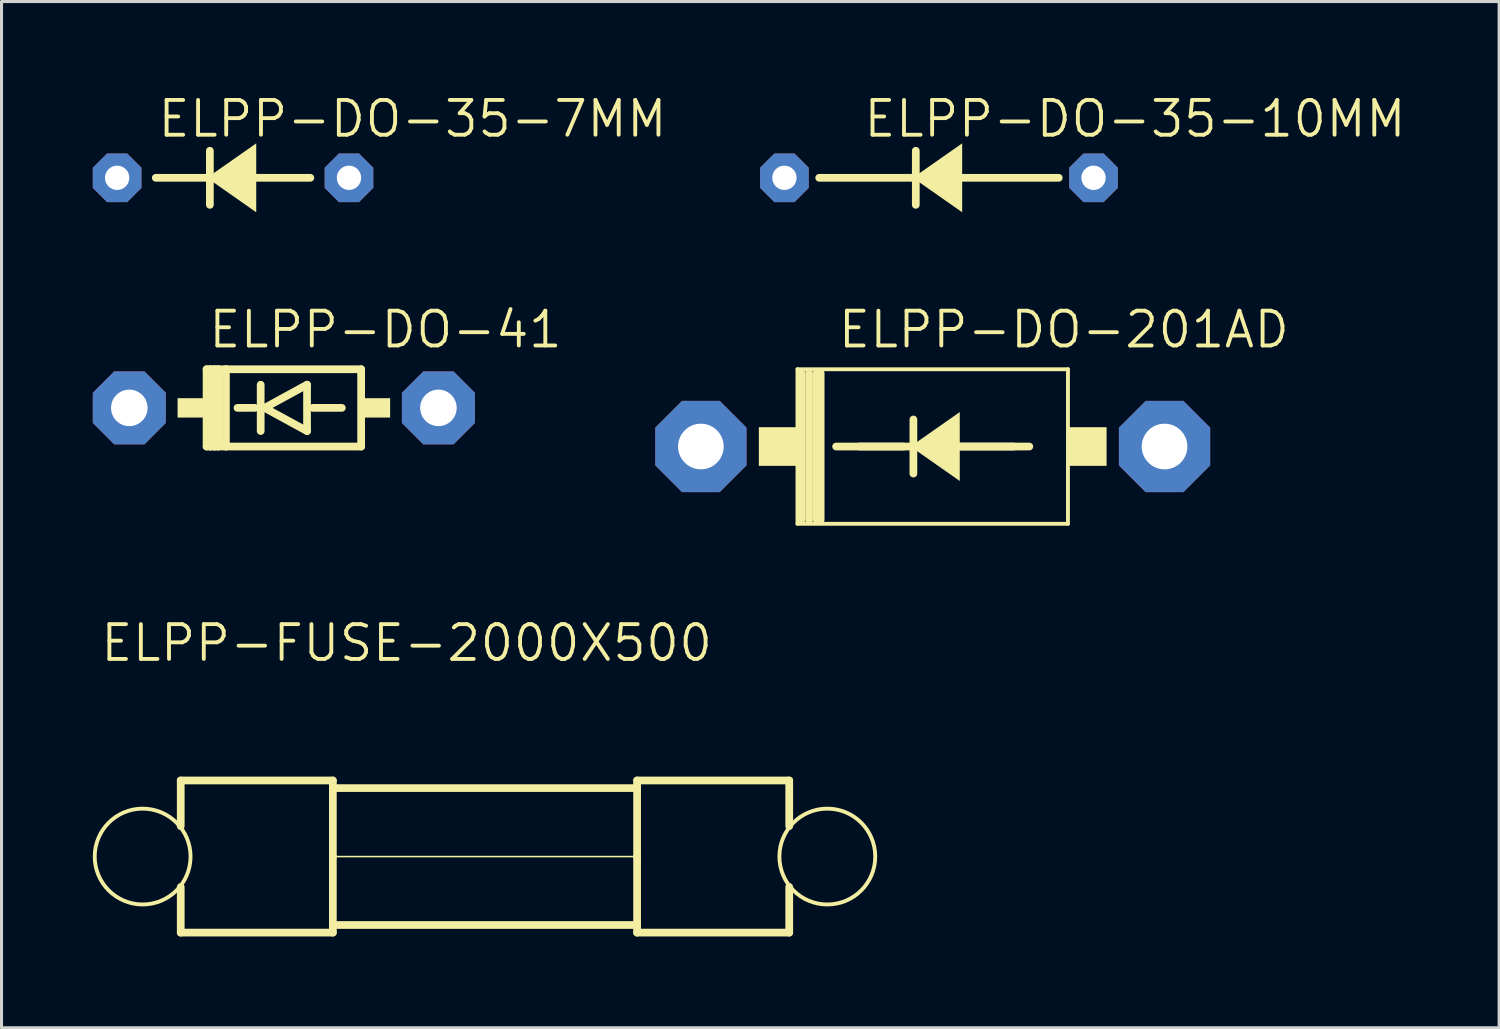
<source format=kicad_pcb>
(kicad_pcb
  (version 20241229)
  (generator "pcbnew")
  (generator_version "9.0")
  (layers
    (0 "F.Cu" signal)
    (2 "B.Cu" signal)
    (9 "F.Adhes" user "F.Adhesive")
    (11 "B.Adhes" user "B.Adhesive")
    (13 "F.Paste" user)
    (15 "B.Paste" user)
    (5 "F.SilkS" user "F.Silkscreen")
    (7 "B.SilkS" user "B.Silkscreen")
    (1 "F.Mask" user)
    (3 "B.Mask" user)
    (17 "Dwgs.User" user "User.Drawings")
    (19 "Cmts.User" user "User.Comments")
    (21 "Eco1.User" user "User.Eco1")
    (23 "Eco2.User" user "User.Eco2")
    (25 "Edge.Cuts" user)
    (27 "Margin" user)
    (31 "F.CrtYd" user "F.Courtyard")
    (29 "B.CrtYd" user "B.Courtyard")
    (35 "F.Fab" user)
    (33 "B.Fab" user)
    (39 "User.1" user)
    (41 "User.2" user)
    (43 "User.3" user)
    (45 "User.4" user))
  (footprint "ELPP-DO-35-10MM"
    (layer "F.Cu")
    (at 27.812 2.794)
    (property "Reference" "ELPP-DO-35-10MM" (at -2.54 -1.27 0) (unlocked yes) (layer "F.SilkS") (effects (font (size 1.143 1.143) (thickness 0.127)) (justify left bottom)))
    (fp_line (start -0.826 0) (end -3.937 0) (stroke (width 0.254) (type solid)) (layer "F.SilkS"))
    (fp_line (start -0.762 -0.889) (end -0.762 0.889) (stroke (width 0.254) (type solid)) (layer "F.SilkS"))
    (fp_line (start 0.762 0) (end 3.937 0) (stroke (width 0.254) (type solid)) (layer "F.SilkS"))
    (fp_poly (pts (xy 0.762 1.133) (xy -0.856 0) (xy 0.762 -1.133)) (stroke (width 0) (type default)) (fill yes) (layer "F.SilkS"))
    (pad "A" thru_hole roundrect (at 5.08 0) (size 1.6 1.6) (drill 0.8) (layers "*.Cu" "*.Mask") (roundrect_rratio 0.25) (chamfer_ratio 0.293) (chamfer top_left top_right bottom_left bottom_right))
    (pad "C" thru_hole roundrect (at -5.08 0) (size 1.6 1.6) (drill 0.8) (layers "*.Cu" "*.Mask") (roundrect_rratio 0.25) (chamfer_ratio 0.293) (chamfer top_left top_right bottom_left bottom_right)))
  (footprint "ELPP-FUSE-2000X500"
    (layer "F.Cu")
    (at 12.89 25.103)
    (property "Reference" "ELPP-FUSE-2000X500" (at -12.7 -6.35 0) (unlocked yes) (layer "F.SilkS") (effects (font (size 1.143 1.143) (thickness 0.127)) (justify left bottom)))
    (fp_line (start -10 -2.5) (end -10 -1) (stroke (width 0.254) (type solid)) (layer "F.SilkS"))
    (fp_line (start -10 -2.5) (end -5 -2.5) (stroke (width 0.254) (type solid)) (layer "F.SilkS"))
    (fp_line (start -10 1) (end -10 2.5) (stroke (width 0.254) (type solid)) (layer "F.SilkS"))
    (fp_line (start -10 2.5) (end -5 2.5) (stroke (width 0.254) (type solid)) (layer "F.SilkS"))
    (fp_line (start -5 -2.5) (end -5 -2.25) (stroke (width 0.254) (type solid)) (layer "F.SilkS"))
    (fp_line (start -5 -2.25) (end -5 0) (stroke (width 0.254) (type solid)) (layer "F.SilkS"))
    (fp_line (start -5 -2.25) (end 5 -2.25) (stroke (width 0.254) (type solid)) (layer "F.SilkS"))
    (fp_line (start -5 0) (end -5 2.25) (stroke (width 0.254) (type solid)) (layer "F.SilkS"))
    (fp_line (start -5 0) (end 5 0) (stroke (width 0.051) (type solid)) (layer "F.SilkS"))
    (fp_line (start -5 2.25) (end -5 2.5) (stroke (width 0.254) (type solid)) (layer "F.SilkS"))
    (fp_line (start -5 2.25) (end 5 2.25) (stroke (width 0.254) (type solid)) (layer "F.SilkS"))
    (fp_line (start 5 -2.5) (end 5 -2.25) (stroke (width 0.254) (type solid)) (layer "F.SilkS"))
    (fp_line (start 5 -2.5) (end 10 -2.5) (stroke (width 0.254) (type solid)) (layer "F.SilkS"))
    (fp_line (start 5 -2.25) (end 5 0) (stroke (width 0.254) (type solid)) (layer "F.SilkS"))
    (fp_line (start 5 0) (end 5 2.25) (stroke (width 0.254) (type solid)) (layer "F.SilkS"))
    (fp_line (start 5 2.25) (end 5 2.5) (stroke (width 0.254) (type solid)) (layer "F.SilkS"))
    (fp_line (start 5 2.5) (end 10 2.5) (stroke (width 0.254) (type solid)) (layer "F.SilkS"))
    (fp_line (start 10 -2.5) (end 10 -1) (stroke (width 0.254) (type solid)) (layer "F.SilkS"))
    (fp_line (start 10 1) (end 10 2.5) (stroke (width 0.254) (type solid)) (layer "F.SilkS"))
    (fp_circle (center -11.252 0) (end -9.677 0) (stroke (width 0.127) (type solid)) (fill no) (layer "F.SilkS"))
    (fp_circle (center 11.252 0) (end 12.827 0) (stroke (width 0.127) (type solid)) (fill no) (layer "F.SilkS")))
  (footprint "ELPP-DO-201AD"
    (layer "F.Cu")
    (at 27.606 11.626)
    (property "Reference" "ELPP-DO-201AD" (at -3.175 -3.175 0) (unlocked yes) (layer "F.SilkS") (effects (font (size 1.143 1.143) (thickness 0.127)) (justify left bottom)))
    (fp_line (start -4.445 -2.54) (end -4.445 2.54) (stroke (width 0.127) (type solid)) (layer "F.SilkS"))
    (fp_line (start -4.445 -2.54) (end 4.445 -2.54) (stroke (width 0.127) (type solid)) (layer "F.SilkS"))
    (fp_line (start -4.445 2.54) (end 4.445 2.54) (stroke (width 0.127) (type solid)) (layer "F.SilkS"))
    (fp_line (start -4.318 -2.413) (end -4.318 2.413) (stroke (width 0.254) (type solid)) (layer "F.SilkS"))
    (fp_line (start -4.064 -2.413) (end -4.064 2.413) (stroke (width 0.254) (type solid)) (layer "F.SilkS"))
    (fp_line (start -3.81 -2.413) (end -3.81 2.413) (stroke (width 0.254) (type solid)) (layer "F.SilkS"))
    (fp_line (start -3.683 -2.413) (end -3.683 2.413) (stroke (width 0.254) (type solid)) (layer "F.SilkS"))
    (fp_line (start -0.953 0) (end -3.175 0) (stroke (width 0.254) (type solid)) (layer "F.SilkS"))
    (fp_line (start -0.699 0) (end -2.413 0) (stroke (width 0.254) (type solid)) (layer "F.SilkS"))
    (fp_line (start -0.635 -0.889) (end -0.635 0.889) (stroke (width 0.254) (type solid)) (layer "F.SilkS"))
    (fp_line (start 0.635 0) (end 3.175 0) (stroke (width 0.254) (type solid)) (layer "F.SilkS"))
    (fp_line (start 0.889 0) (end 2.667 0) (stroke (width 0.254) (type solid)) (layer "F.SilkS"))
    (fp_line (start 4.445 -2.54) (end 4.445 2.54) (stroke (width 0.127) (type solid)) (layer "F.SilkS"))
    (fp_poly (pts (xy 0.889 1.133) (xy -0.729 0) (xy 0.889 -1.133)) (stroke (width 0) (type default)) (fill yes) (layer "F.SilkS"))
    (fp_poly (pts (xy -5.715 0.635) (xy -4.445 0.635) (xy -4.445 -0.635) (xy -5.715 -0.635)) (stroke (width 0) (type default)) (fill yes) (layer "F.SilkS"))
    (fp_poly (pts (xy 4.445 0.635) (xy 5.715 0.635) (xy 5.715 -0.635) (xy 4.445 -0.635)) (stroke (width 0) (type default)) (fill yes) (layer "F.SilkS"))
    (pad "A" thru_hole roundrect (at 7.62 0) (size 3 3) (drill 1.5) (layers "*.Cu" "*.Mask") (roundrect_rratio 0.25) (chamfer_ratio 0.293) (chamfer top_left top_right bottom_left bottom_right))
    (pad "C" thru_hole roundrect (at -7.62 0) (size 3 3) (drill 1.5) (layers "*.Cu" "*.Mask") (roundrect_rratio 0.25) (chamfer_ratio 0.293) (chamfer top_left top_right bottom_left bottom_right)))
  (footprint "ELPP-DO-35-7MM"
    (layer "F.Cu")
    (at 4.61 2.794)
    (property "Reference" "ELPP-DO-35-7MM" (at -2.54 -1.27 0) (unlocked yes) (layer "F.SilkS") (effects (font (size 1.143 1.143) (thickness 0.127)) (justify left bottom)))
    (fp_line (start -0.826 0) (end -2.54 0) (stroke (width 0.254) (type solid)) (layer "F.SilkS"))
    (fp_line (start -0.762 -0.889) (end -0.762 0.889) (stroke (width 0.254) (type solid)) (layer "F.SilkS"))
    (fp_line (start 0.762 0) (end 2.54 0) (stroke (width 0.254) (type solid)) (layer "F.SilkS"))
    (fp_poly (pts (xy 0.762 1.133) (xy -0.856 0) (xy 0.762 -1.133)) (stroke (width 0) (type default)) (fill yes) (layer "F.SilkS"))
    (pad "A" thru_hole roundrect (at 3.81 0) (size 1.6 1.6) (drill 0.8) (layers "*.Cu" "*.Mask") (roundrect_rratio 0.25) (chamfer_ratio 0.293) (chamfer top_left top_right bottom_left bottom_right))
    (pad "C" thru_hole roundrect (at -3.81 0) (size 1.6 1.6) (drill 0.8) (layers "*.Cu" "*.Mask") (roundrect_rratio 0.25) (chamfer_ratio 0.293) (chamfer top_left top_right bottom_left bottom_right)))
  (footprint "ELPP-DO-41"
    (layer "F.Cu")
    (at 6.28 10.356)
    (property "Reference" "ELPP-DO-41" (at -2.54 -1.905 0) (unlocked yes) (layer "F.SilkS") (effects (font (size 1.143 1.143) (thickness 0.127)) (justify left bottom)))
    (fp_line (start -2.54 -1.27) (end -2.54 1.27) (stroke (width 0.254) (type solid)) (layer "F.SilkS"))
    (fp_line (start -2.54 1.27) (end -2.413 1.27) (stroke (width 0.254) (type solid)) (layer "F.SilkS"))
    (fp_line (start -2.413 -1.27) (end -2.54 -1.27) (stroke (width 0.254) (type solid)) (layer "F.SilkS"))
    (fp_line (start -2.413 -1.27) (end -2.413 1.27) (stroke (width 0.254) (type solid)) (layer "F.SilkS"))
    (fp_line (start -2.413 1.27) (end -2.286 1.27) (stroke (width 0.254) (type solid)) (layer "F.SilkS"))
    (fp_line (start -2.286 -1.27) (end -2.413 -1.27) (stroke (width 0.254) (type solid)) (layer "F.SilkS"))
    (fp_line (start -2.286 -1.27) (end -2.286 1.27) (stroke (width 0.254) (type solid)) (layer "F.SilkS"))
    (fp_line (start -2.286 1.27) (end -2.159 1.27) (stroke (width 0.254) (type solid)) (layer "F.SilkS"))
    (fp_line (start -2.159 -1.27) (end -2.286 -1.27) (stroke (width 0.254) (type solid)) (layer "F.SilkS"))
    (fp_line (start -2.159 -1.27) (end -2.159 1.27) (stroke (width 0.254) (type solid)) (layer "F.SilkS"))
    (fp_line (start -2.159 1.27) (end -1.905 1.27) (stroke (width 0.254) (type solid)) (layer "F.SilkS"))
    (fp_line (start -1.905 -1.27) (end -2.159 -1.27) (stroke (width 0.254) (type solid)) (layer "F.SilkS"))
    (fp_line (start -1.905 -1.27) (end -1.905 1.27) (stroke (width 0.254) (type solid)) (layer "F.SilkS"))
    (fp_line (start -1.905 1.27) (end 2.54 1.27) (stroke (width 0.254) (type solid)) (layer "F.SilkS"))
    (fp_line (start -0.953 0) (end -1.524 0) (stroke (width 0.254) (type solid)) (layer "F.SilkS"))
    (fp_line (start -0.762 -0.762) (end -0.762 0.762) (stroke (width 0.254) (type solid)) (layer "F.SilkS"))
    (fp_line (start -0.635 0) (end 0.762 -0.762) (stroke (width 0.254) (type solid)) (layer "F.SilkS"))
    (fp_line (start 0.762 -0.762) (end 0.762 0.762) (stroke (width 0.254) (type solid)) (layer "F.SilkS"))
    (fp_line (start 0.762 0.762) (end -0.635 0) (stroke (width 0.254) (type solid)) (layer "F.SilkS"))
    (fp_line (start 0.953 0) (end 1.905 0) (stroke (width 0.254) (type solid)) (layer "F.SilkS"))
    (fp_line (start 2.54 -1.27) (end -1.905 -1.27) (stroke (width 0.254) (type solid)) (layer "F.SilkS"))
    (fp_line (start 2.54 1.27) (end 2.54 -1.27) (stroke (width 0.254) (type solid)) (layer "F.SilkS"))
    (fp_poly (pts (xy -3.493 0.318) (xy -2.54 0.318) (xy -2.54 -0.318) (xy -3.493 -0.318)) (stroke (width 0) (type default)) (fill yes) (layer "F.SilkS"))
    (fp_poly (pts (xy 2.54 0.318) (xy 3.493 0.318) (xy 3.493 -0.318) (xy 2.54 -0.318)) (stroke (width 0) (type default)) (fill yes) (layer "F.SilkS"))
    (pad "A" thru_hole roundrect (at 5.08 0) (size 2.4 2.4) (drill 1.2) (layers "*.Cu" "*.Mask") (roundrect_rratio 0.25) (chamfer_ratio 0.293) (chamfer top_left top_right bottom_left bottom_right))
    (pad "C" thru_hole roundrect (at -5.08 0) (size 2.4 2.4) (drill 1.2) (layers "*.Cu" "*.Mask") (roundrect_rratio 0.25) (chamfer_ratio 0.293) (chamfer top_left top_right bottom_left bottom_right)))
  (gr_rect
    (start -3 -3)
    (end 46.223 30.73)
    (stroke (width 0.1) (type default))
    (fill no)
    (layer "Edge.Cuts")))
</source>
